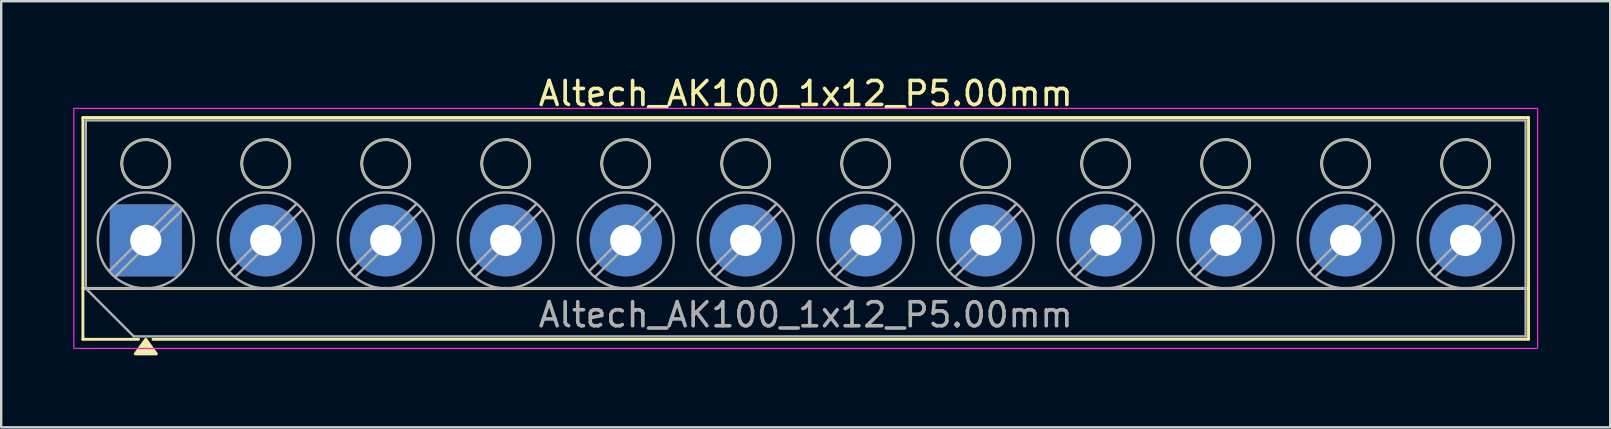
<source format=kicad_pcb>
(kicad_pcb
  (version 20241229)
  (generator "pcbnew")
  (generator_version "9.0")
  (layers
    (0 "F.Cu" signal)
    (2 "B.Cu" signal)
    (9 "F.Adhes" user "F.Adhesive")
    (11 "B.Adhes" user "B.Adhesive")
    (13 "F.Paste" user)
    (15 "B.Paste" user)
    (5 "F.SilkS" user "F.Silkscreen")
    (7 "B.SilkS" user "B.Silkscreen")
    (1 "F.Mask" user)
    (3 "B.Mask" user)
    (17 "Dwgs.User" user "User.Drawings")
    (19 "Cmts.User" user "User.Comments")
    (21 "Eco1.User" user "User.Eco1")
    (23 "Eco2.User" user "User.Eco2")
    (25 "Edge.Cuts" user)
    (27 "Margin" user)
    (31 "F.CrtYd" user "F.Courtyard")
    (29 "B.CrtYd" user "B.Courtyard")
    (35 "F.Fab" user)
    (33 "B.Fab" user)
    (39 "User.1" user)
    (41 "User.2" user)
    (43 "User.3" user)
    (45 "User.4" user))
  (footprint "Altech_AK100_1x12_P5.00mm"
    (layer "F.Cu")
    (at 3.025 6.968)
    (property "Reference" "Altech_AK100_1x12_P5.00mm" (at 27.5 -6.12 0) (layer "F.SilkS") (effects (font (size 1 1) (thickness 0.15))))
    (attr through_hole)
    (fp_line (start -2.62 -5.12) (end 57.62 -5.12) (stroke (width 0.12) (type solid)) (layer "F.SilkS"))
    (fp_line (start -2.62 2) (end 57.62 2) (stroke (width 0.12) (type solid)) (layer "F.SilkS"))
    (fp_line (start -2.62 4.12) (end -2.62 -5.12) (stroke (width 0.12) (type solid)) (layer "F.SilkS"))
    (fp_line (start -0.3 4.12) (end -2.62 4.12) (stroke (width 0.12) (type solid)) (layer "F.SilkS"))
    (fp_line (start 57.62 -5.12) (end 57.62 4.12) (stroke (width 0.12) (type solid)) (layer "F.SilkS"))
    (fp_line (start 57.62 4.12) (end 0.3 4.12) (stroke (width 0.12) (type solid)) (layer "F.SilkS"))
    (fp_circle (center 0 -3.2) (end 1 -3.2) (stroke (width 0.12) (type solid)) (fill no) (layer "F.SilkS"))
    (fp_circle (center 5 -3.2) (end 6 -3.2) (stroke (width 0.12) (type solid)) (fill no) (layer "F.SilkS"))
    (fp_circle (center 10 -3.2) (end 11 -3.2) (stroke (width 0.12) (type solid)) (fill no) (layer "F.SilkS"))
    (fp_circle (center 15 -3.2) (end 16 -3.2) (stroke (width 0.12) (type solid)) (fill no) (layer "F.SilkS"))
    (fp_circle (center 20 -3.2) (end 21 -3.2) (stroke (width 0.12) (type solid)) (fill no) (layer "F.SilkS"))
    (fp_circle (center 25 -3.2) (end 26 -3.2) (stroke (width 0.12) (type solid)) (fill no) (layer "F.SilkS"))
    (fp_circle (center 30 -3.2) (end 31 -3.2) (stroke (width 0.12) (type solid)) (fill no) (layer "F.SilkS"))
    (fp_circle (center 35 -3.2) (end 36 -3.2) (stroke (width 0.12) (type solid)) (fill no) (layer "F.SilkS"))
    (fp_circle (center 40 -3.2) (end 41 -3.2) (stroke (width 0.12) (type solid)) (fill no) (layer "F.SilkS"))
    (fp_circle (center 45 -3.2) (end 46 -3.2) (stroke (width 0.12) (type solid)) (fill no) (layer "F.SilkS"))
    (fp_circle (center 50 -3.2) (end 51 -3.2) (stroke (width 0.12) (type solid)) (fill no) (layer "F.SilkS"))
    (fp_circle (center 55 -3.2) (end 56 -3.2) (stroke (width 0.12) (type solid)) (fill no) (layer "F.SilkS"))
    (fp_poly (pts (xy 0 4.12) (xy 0.44 4.73) (xy -0.44 4.73)) (stroke (width 0.12) (type solid)) (fill yes) (layer "F.SilkS"))
    (fp_rect (start -3 -5.5) (end 58 4.5) (stroke (width 0.05) (type solid)) (fill no) (layer "F.CrtYd"))
    (fp_line (start -2.5 -5) (end 57.5 -5) (stroke (width 0.1) (type solid)) (layer "F.Fab"))
    (fp_line (start -2.5 2) (end -2.5 -5) (stroke (width 0.1) (type solid)) (layer "F.Fab"))
    (fp_line (start -2.5 2) (end 57.5 2) (stroke (width 0.1) (type solid)) (layer "F.Fab"))
    (fp_line (start -0.5 4) (end -2.5 2) (stroke (width 0.1) (type solid)) (layer "F.Fab"))
    (fp_line (start 1.273 -1.517) (end -1.517 1.273) (stroke (width 0.1) (type solid)) (layer "F.Fab"))
    (fp_line (start 1.517 -1.273) (end -1.273 1.517) (stroke (width 0.1) (type solid)) (layer "F.Fab"))
    (fp_line (start 6.273 -1.517) (end 3.483 1.273) (stroke (width 0.1) (type solid)) (layer "F.Fab"))
    (fp_line (start 6.517 -1.273) (end 3.727 1.517) (stroke (width 0.1) (type solid)) (layer "F.Fab"))
    (fp_line (start 11.273 -1.517) (end 8.483 1.273) (stroke (width 0.1) (type solid)) (layer "F.Fab"))
    (fp_line (start 11.517 -1.273) (end 8.727 1.517) (stroke (width 0.1) (type solid)) (layer "F.Fab"))
    (fp_line (start 16.273 -1.517) (end 13.483 1.273) (stroke (width 0.1) (type solid)) (layer "F.Fab"))
    (fp_line (start 16.517 -1.273) (end 13.727 1.517) (stroke (width 0.1) (type solid)) (layer "F.Fab"))
    (fp_line (start 21.273 -1.517) (end 18.483 1.273) (stroke (width 0.1) (type solid)) (layer "F.Fab"))
    (fp_line (start 21.517 -1.273) (end 18.727 1.517) (stroke (width 0.1) (type solid)) (layer "F.Fab"))
    (fp_line (start 26.273 -1.517) (end 23.483 1.273) (stroke (width 0.1) (type solid)) (layer "F.Fab"))
    (fp_line (start 26.517 -1.273) (end 23.727 1.517) (stroke (width 0.1) (type solid)) (layer "F.Fab"))
    (fp_line (start 31.273 -1.517) (end 28.483 1.273) (stroke (width 0.1) (type solid)) (layer "F.Fab"))
    (fp_line (start 31.517 -1.273) (end 28.727 1.517) (stroke (width 0.1) (type solid)) (layer "F.Fab"))
    (fp_line (start 36.273 -1.517) (end 33.483 1.273) (stroke (width 0.1) (type solid)) (layer "F.Fab"))
    (fp_line (start 36.517 -1.273) (end 33.727 1.517) (stroke (width 0.1) (type solid)) (layer "F.Fab"))
    (fp_line (start 41.273 -1.517) (end 38.483 1.273) (stroke (width 0.1) (type solid)) (layer "F.Fab"))
    (fp_line (start 41.517 -1.273) (end 38.727 1.517) (stroke (width 0.1) (type solid)) (layer "F.Fab"))
    (fp_line (start 46.273 -1.517) (end 43.483 1.273) (stroke (width 0.1) (type solid)) (layer "F.Fab"))
    (fp_line (start 46.517 -1.273) (end 43.727 1.517) (stroke (width 0.1) (type solid)) (layer "F.Fab"))
    (fp_line (start 51.273 -1.517) (end 48.483 1.273) (stroke (width 0.1) (type solid)) (layer "F.Fab"))
    (fp_line (start 51.517 -1.273) (end 48.727 1.517) (stroke (width 0.1) (type solid)) (layer "F.Fab"))
    (fp_line (start 56.273 -1.517) (end 53.483 1.273) (stroke (width 0.1) (type solid)) (layer "F.Fab"))
    (fp_line (start 56.517 -1.273) (end 53.727 1.517) (stroke (width 0.1) (type solid)) (layer "F.Fab"))
    (fp_line (start 57.5 -5) (end 57.5 4) (stroke (width 0.1) (type solid)) (layer "F.Fab"))
    (fp_line (start 57.5 4) (end -0.5 4) (stroke (width 0.1) (type solid)) (layer "F.Fab"))
    (fp_circle (center 0 -3.2) (end 1 -3.2) (stroke (width 0.1) (type solid)) (fill no) (layer "F.Fab"))
    (fp_circle (center 0 0) (end 2 0) (stroke (width 0.1) (type solid)) (fill no) (layer "F.Fab"))
    (fp_circle (center 5 -3.2) (end 6 -3.2) (stroke (width 0.1) (type solid)) (fill no) (layer "F.Fab"))
    (fp_circle (center 5 0) (end 7 0) (stroke (width 0.1) (type solid)) (fill no) (layer "F.Fab"))
    (fp_circle (center 10 -3.2) (end 11 -3.2) (stroke (width 0.1) (type solid)) (fill no) (layer "F.Fab"))
    (fp_circle (center 10 0) (end 12 0) (stroke (width 0.1) (type solid)) (fill no) (layer "F.Fab"))
    (fp_circle (center 15 -3.2) (end 16 -3.2) (stroke (width 0.1) (type solid)) (fill no) (layer "F.Fab"))
    (fp_circle (center 15 0) (end 17 0) (stroke (width 0.1) (type solid)) (fill no) (layer "F.Fab"))
    (fp_circle (center 20 -3.2) (end 21 -3.2) (stroke (width 0.1) (type solid)) (fill no) (layer "F.Fab"))
    (fp_circle (center 20 0) (end 22 0) (stroke (width 0.1) (type solid)) (fill no) (layer "F.Fab"))
    (fp_circle (center 25 -3.2) (end 26 -3.2) (stroke (width 0.1) (type solid)) (fill no) (layer "F.Fab"))
    (fp_circle (center 25 0) (end 27 0) (stroke (width 0.1) (type solid)) (fill no) (layer "F.Fab"))
    (fp_circle (center 30 -3.2) (end 31 -3.2) (stroke (width 0.1) (type solid)) (fill no) (layer "F.Fab"))
    (fp_circle (center 30 0) (end 32 0) (stroke (width 0.1) (type solid)) (fill no) (layer "F.Fab"))
    (fp_circle (center 35 -3.2) (end 36 -3.2) (stroke (width 0.1) (type solid)) (fill no) (layer "F.Fab"))
    (fp_circle (center 35 0) (end 37 0) (stroke (width 0.1) (type solid)) (fill no) (layer "F.Fab"))
    (fp_circle (center 40 -3.2) (end 41 -3.2) (stroke (width 0.1) (type solid)) (fill no) (layer "F.Fab"))
    (fp_circle (center 40 0) (end 42 0) (stroke (width 0.1) (type solid)) (fill no) (layer "F.Fab"))
    (fp_circle (center 45 -3.2) (end 46 -3.2) (stroke (width 0.1) (type solid)) (fill no) (layer "F.Fab"))
    (fp_circle (center 45 0) (end 47 0) (stroke (width 0.1) (type solid)) (fill no) (layer "F.Fab"))
    (fp_circle (center 50 -3.2) (end 51 -3.2) (stroke (width 0.1) (type solid)) (fill no) (layer "F.Fab"))
    (fp_circle (center 50 0) (end 52 0) (stroke (width 0.1) (type solid)) (fill no) (layer "F.Fab"))
    (fp_circle (center 55 -3.2) (end 56 -3.2) (stroke (width 0.1) (type solid)) (fill no) (layer "F.Fab"))
    (fp_circle (center 55 0) (end 57 0) (stroke (width 0.1) (type solid)) (fill no) (layer "F.Fab"))
    (fp_text user "${REFERENCE}" (at 27.5 3.1 0) (layer "F.Fab") (effects (font (size 1 1) (thickness 0.15))))
    (pad "1" thru_hole roundrect (at 0 0) (size 3 3) (drill 1.3) (layers "*.Cu" "*.Mask") (roundrect_rratio 0.083))
    (pad "2" thru_hole circle (at 5 0) (size 3 3) (drill 1.3) (layers "*.Cu" "*.Mask"))
    (pad "3" thru_hole circle (at 10 0) (size 3 3) (drill 1.3) (layers "*.Cu" "*.Mask"))
    (pad "4" thru_hole circle (at 15 0) (size 3 3) (drill 1.3) (layers "*.Cu" "*.Mask"))
    (pad "5" thru_hole circle (at 20 0) (size 3 3) (drill 1.3) (layers "*.Cu" "*.Mask"))
    (pad "6" thru_hole circle (at 25 0) (size 3 3) (drill 1.3) (layers "*.Cu" "*.Mask"))
    (pad "7" thru_hole circle (at 30 0) (size 3 3) (drill 1.3) (layers "*.Cu" "*.Mask"))
    (pad "8" thru_hole circle (at 35 0) (size 3 3) (drill 1.3) (layers "*.Cu" "*.Mask"))
    (pad "9" thru_hole circle (at 40 0) (size 3 3) (drill 1.3) (layers "*.Cu" "*.Mask"))
    (pad "10" thru_hole circle (at 45 0) (size 3 3) (drill 1.3) (layers "*.Cu" "*.Mask"))
    (pad "11" thru_hole circle (at 50 0) (size 3 3) (drill 1.3) (layers "*.Cu" "*.Mask"))
    (pad "12" thru_hole circle (at 55 0) (size 3 3) (drill 1.3) (layers "*.Cu" "*.Mask")))
  (gr_rect
    (start -3 -3)
    (end 64.05 14.758)
    (stroke (width 0.1) (type default))
    (fill no)
    (layer "Edge.Cuts")))
</source>
